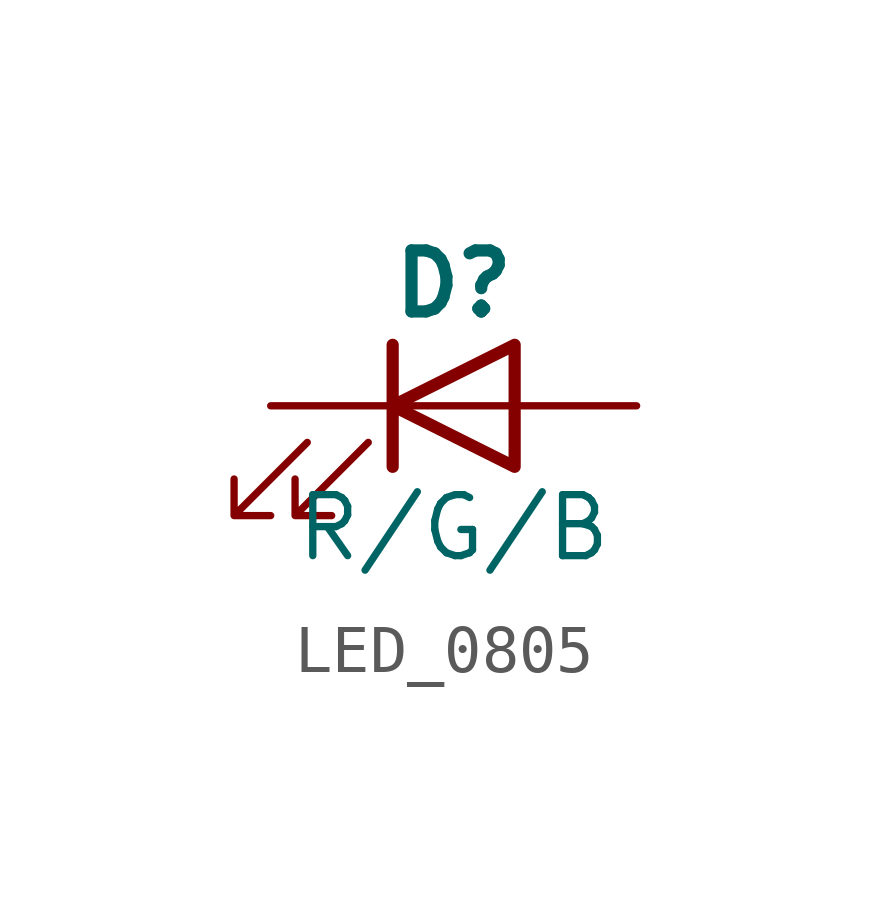
<source format=kicad_sym>
(kicad_symbol_lib
  (version 20220914)
  (generator kicad_symbol_editor)
  (symbol "LED_0805"
    (pin_numbers hide)
    (pin_names
      (offset 1.016) hide)
    (property "Reference" "D"
      (at 0 2.54 0)
      (effects (font (size 1.27 1.27) bold)))
    (property "Value" "R/G/B"
      (at 0 -2.54 0)
      (effects (font (size 1.27 1.27))))
    (symbol "LED_0805_0_1"
      (polyline (pts (xy -1.27 -1.27) (xy -1.27 1.27)) (stroke (width 0.254) (type default)) (fill (type none)))
      (polyline (pts (xy -1.27 0) (xy 1.27 0)) (stroke (width 0) (type default)) (fill (type none)))
      (polyline (pts (xy 1.27 -1.27) (xy 1.27 1.27) (xy -1.27 0) (xy 1.27 -1.27)) (stroke (width 0.254) (type default)) (fill (type none)))
      (polyline (pts (xy -3.048 -0.762) (xy -4.572 -2.286) (xy -3.81 -2.286) (xy -4.572 -2.286) (xy -4.572 -1.524)) (stroke (width 0) (type default)) (fill (type none)))
      (polyline (pts (xy -1.778 -0.762) (xy -3.302 -2.286) (xy -2.54 -2.286) (xy -3.302 -2.286) (xy -3.302 -1.524)) (stroke (width 0) (type default)) (fill (type none))))
    (symbol "LED_0805_1_1"
      (pin passive line (at -3.81 0 0) (length 2.54) (name "K" (effects (font (size 1.27 1.27)))) (number "1" (effects (font (size 1.27 1.27)))))
      (pin passive line (at 3.81 0 180) (length 2.54) (name "A" (effects (font (size 1.27 1.27)))) (number "2" (effects (font (size 1.27 1.27))))))))
</source>
